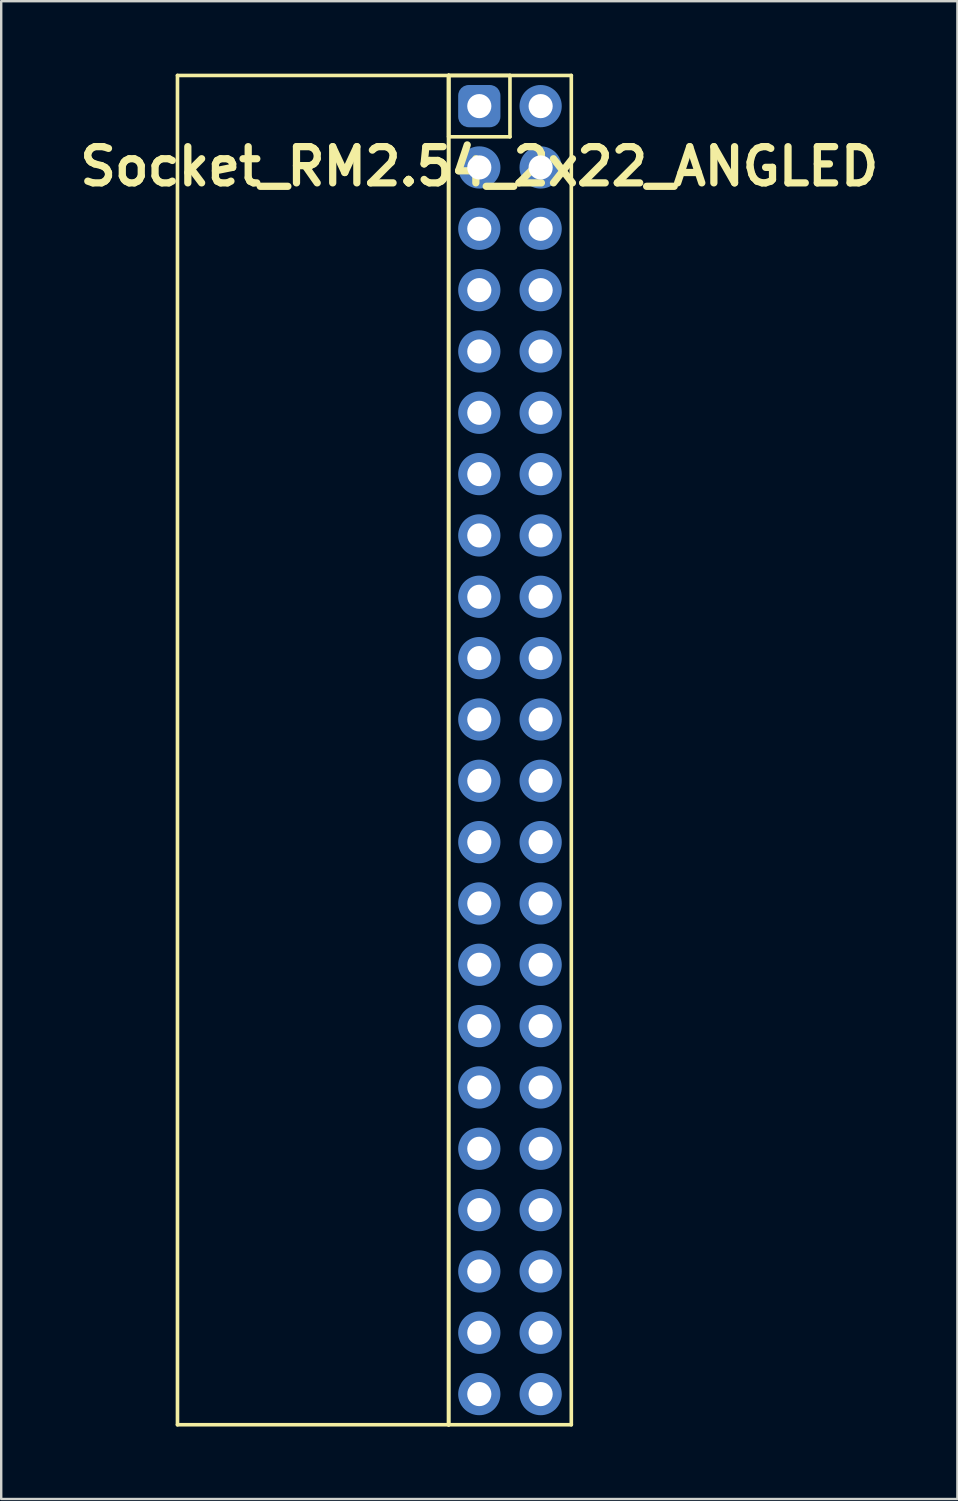
<source format=kicad_pcb>
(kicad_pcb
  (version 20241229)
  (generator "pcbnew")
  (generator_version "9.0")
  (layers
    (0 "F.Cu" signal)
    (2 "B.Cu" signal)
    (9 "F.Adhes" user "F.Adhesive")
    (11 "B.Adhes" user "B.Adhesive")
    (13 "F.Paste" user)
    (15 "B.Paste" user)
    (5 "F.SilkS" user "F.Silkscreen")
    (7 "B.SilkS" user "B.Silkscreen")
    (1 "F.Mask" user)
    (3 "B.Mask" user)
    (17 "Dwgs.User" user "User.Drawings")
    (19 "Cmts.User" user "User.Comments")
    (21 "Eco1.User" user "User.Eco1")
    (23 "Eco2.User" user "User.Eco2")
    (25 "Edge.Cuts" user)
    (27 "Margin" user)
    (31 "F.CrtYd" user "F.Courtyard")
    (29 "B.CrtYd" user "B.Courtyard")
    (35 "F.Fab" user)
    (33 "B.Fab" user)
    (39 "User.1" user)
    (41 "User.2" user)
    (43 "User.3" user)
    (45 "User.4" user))
  (footprint "Socket_RM2.54_2x22_ANGLED"
    (layer "F.Cu")
    (at 16.8 1.345)
    (property "Reference" "Socket_RM2.54_2x22_ANGLED" (at 0 2.5 0) (layer "F.SilkS") (effects (font (size 1.5 1.5) (thickness 0.3))))
    (attr through_hole)
    (fp_line (start -12.5 -1.27) (end -1.27 -1.27) (stroke (width 0.15) (type solid)) (layer "F.SilkS"))
    (fp_line (start -12.5 54.61) (end -12.5 -1.27) (stroke (width 0.15) (type solid)) (layer "F.SilkS"))
    (fp_line (start -1.27 -1.27) (end -1.27 54.61) (stroke (width 0.15) (type solid)) (layer "F.SilkS"))
    (fp_line (start -1.27 -1.27) (end 1.27 -1.27) (stroke (width 0.15) (type solid)) (layer "F.SilkS"))
    (fp_line (start -1.27 -1.27) (end 3.81 -1.27) (stroke (width 0.15) (type solid)) (layer "F.SilkS"))
    (fp_line (start -1.27 1.27) (end -1.27 -1.27) (stroke (width 0.15) (type solid)) (layer "F.SilkS"))
    (fp_line (start -1.27 54.61) (end -12.5 54.61) (stroke (width 0.15) (type solid)) (layer "F.SilkS"))
    (fp_line (start -1.27 54.61) (end -1.27 -1.27) (stroke (width 0.15) (type solid)) (layer "F.SilkS"))
    (fp_line (start 1.27 -1.27) (end 1.27 1.27) (stroke (width 0.15) (type solid)) (layer "F.SilkS"))
    (fp_line (start 1.27 1.27) (end -1.27 1.27) (stroke (width 0.15) (type solid)) (layer "F.SilkS"))
    (fp_line (start 3.81 -1.27) (end 3.81 54.61) (stroke (width 0.15) (type solid)) (layer "F.SilkS"))
    (fp_line (start 3.81 54.61) (end -1.27 54.61) (stroke (width 0.15) (type solid)) (layer "F.SilkS"))
    (pad "1" thru_hole circle (at 0 0) (size 1.3 1.3) (drill 1) (layers "*.Cu" "*.Mask"))
    (pad "1" smd roundrect (at 0 0) (size 1.5 1.5) (layers "F.Cu" "F.Mask") (roundrect_rratio 0.25))
    (pad "1" smd roundrect (at 0 0) (size 1.75 1.75) (layers "B.Cu" "B.Mask") (roundrect_rratio 0.25))
    (pad "2" thru_hole circle (at 2.54 0) (size 1.3 1.3) (drill 1) (layers "*.Cu" "*.Mask"))
    (pad "2" smd circle (at 2.54 0) (size 1.5 1.5) (layers "F.Cu" "F.Mask"))
    (pad "2" smd circle (at 2.54 0) (size 1.75 1.75) (layers "B.Cu" "B.Mask"))
    (pad "3" thru_hole circle (at 0 2.54) (size 1.3 1.3) (drill 1) (layers "*.Cu" "*.Mask"))
    (pad "3" smd circle (at 0 2.54) (size 1.5 1.5) (layers "F.Cu" "F.Mask"))
    (pad "3" smd circle (at 0 2.54) (size 1.75 1.75) (layers "B.Cu" "B.Mask"))
    (pad "4" thru_hole circle (at 2.54 2.54) (size 1.3 1.3) (drill 1) (layers "*.Cu" "*.Mask"))
    (pad "4" smd circle (at 2.54 2.54) (size 1.5 1.5) (layers "F.Cu" "F.Mask"))
    (pad "4" smd circle (at 2.54 2.54) (size 1.75 1.75) (layers "B.Cu" "B.Mask"))
    (pad "5" thru_hole circle (at 0 5.08) (size 1.3 1.3) (drill 1) (layers "*.Cu" "*.Mask"))
    (pad "5" smd circle (at 0 5.08) (size 1.5 1.5) (layers "F.Cu" "F.Mask"))
    (pad "5" smd circle (at 0 5.08) (size 1.75 1.75) (layers "B.Cu" "B.Mask"))
    (pad "6" thru_hole circle (at 2.54 5.08) (size 1.3 1.3) (drill 1) (layers "*.Cu" "*.Mask"))
    (pad "6" smd circle (at 2.54 5.08) (size 1.5 1.5) (layers "F.Cu" "F.Mask"))
    (pad "6" smd circle (at 2.54 5.08) (size 1.75 1.75) (layers "B.Cu" "B.Mask"))
    (pad "7" thru_hole circle (at 0 7.62) (size 1.3 1.3) (drill 1) (layers "*.Cu" "*.Mask"))
    (pad "7" smd circle (at 0 7.62) (size 1.5 1.5) (layers "F.Cu" "F.Mask"))
    (pad "7" smd circle (at 0 7.62) (size 1.75 1.75) (layers "B.Cu" "B.Mask"))
    (pad "8" thru_hole circle (at 2.54 7.62) (size 1.3 1.3) (drill 1) (layers "*.Cu" "*.Mask"))
    (pad "8" smd circle (at 2.54 7.62) (size 1.5 1.5) (layers "F.Cu" "F.Mask"))
    (pad "8" smd circle (at 2.54 7.62) (size 1.75 1.75) (layers "B.Cu" "B.Mask"))
    (pad "9" thru_hole circle (at 0 10.16) (size 1.3 1.3) (drill 1) (layers "*.Cu" "*.Mask"))
    (pad "9" smd circle (at 0 10.16) (size 1.5 1.5) (layers "F.Cu" "F.Mask"))
    (pad "9" smd circle (at 0 10.16) (size 1.75 1.75) (layers "B.Cu" "B.Mask"))
    (pad "10" thru_hole circle (at 2.54 10.16) (size 1.3 1.3) (drill 1) (layers "*.Cu" "*.Mask"))
    (pad "10" smd circle (at 2.54 10.16) (size 1.5 1.5) (layers "F.Cu" "F.Mask"))
    (pad "10" smd circle (at 2.54 10.16) (size 1.75 1.75) (layers "B.Cu" "B.Mask"))
    (pad "11" thru_hole circle (at 0 12.7) (size 1.3 1.3) (drill 1) (layers "*.Cu" "*.Mask"))
    (pad "11" smd circle (at 0 12.7) (size 1.5 1.5) (layers "F.Cu" "F.Mask"))
    (pad "11" smd circle (at 0 12.7) (size 1.75 1.75) (layers "B.Cu" "B.Mask"))
    (pad "12" thru_hole circle (at 2.54 12.7) (size 1.3 1.3) (drill 1) (layers "*.Cu" "*.Mask"))
    (pad "12" smd circle (at 2.54 12.7) (size 1.5 1.5) (layers "F.Cu" "F.Mask"))
    (pad "12" smd circle (at 2.54 12.7) (size 1.75 1.75) (layers "B.Cu" "B.Mask"))
    (pad "13" thru_hole circle (at 0 15.24) (size 1.3 1.3) (drill 1) (layers "*.Cu" "*.Mask"))
    (pad "13" smd circle (at 0 15.24) (size 1.5 1.5) (layers "F.Cu" "F.Mask"))
    (pad "13" smd circle (at 0 15.24) (size 1.75 1.75) (layers "B.Cu" "B.Mask"))
    (pad "14" thru_hole circle (at 2.54 15.24) (size 1.3 1.3) (drill 1) (layers "*.Cu" "*.Mask"))
    (pad "14" smd circle (at 2.54 15.24) (size 1.5 1.5) (layers "F.Cu" "F.Mask"))
    (pad "14" smd circle (at 2.54 15.24) (size 1.75 1.75) (layers "B.Cu" "B.Mask"))
    (pad "15" thru_hole circle (at 0 17.78) (size 1.3 1.3) (drill 1) (layers "*.Cu" "*.Mask"))
    (pad "15" smd circle (at 0 17.78) (size 1.5 1.5) (layers "F.Cu" "F.Mask"))
    (pad "15" smd circle (at 0 17.78) (size 1.75 1.75) (layers "B.Cu" "B.Mask"))
    (pad "16" thru_hole circle (at 2.54 17.78) (size 1.3 1.3) (drill 1) (layers "*.Cu" "*.Mask"))
    (pad "16" smd circle (at 2.54 17.78) (size 1.5 1.5) (layers "F.Cu" "F.Mask"))
    (pad "16" smd circle (at 2.54 17.78) (size 1.75 1.75) (layers "B.Cu" "B.Mask"))
    (pad "17" thru_hole circle (at 0 20.32) (size 1.3 1.3) (drill 1) (layers "*.Cu" "*.Mask"))
    (pad "17" smd circle (at 0 20.32) (size 1.5 1.5) (layers "F.Cu" "F.Mask"))
    (pad "17" smd circle (at 0 20.32) (size 1.75 1.75) (layers "B.Cu" "B.Mask"))
    (pad "18" thru_hole circle (at 2.54 20.32) (size 1.3 1.3) (drill 1) (layers "*.Cu" "*.Mask"))
    (pad "18" smd circle (at 2.54 20.32) (size 1.5 1.5) (layers "F.Cu" "F.Mask"))
    (pad "18" smd circle (at 2.54 20.32) (size 1.75 1.75) (layers "B.Cu" "B.Mask"))
    (pad "19" thru_hole circle (at 0 22.86) (size 1.3 1.3) (drill 1) (layers "*.Cu" "*.Mask"))
    (pad "19" smd circle (at 0 22.86) (size 1.5 1.5) (layers "F.Cu" "F.Mask"))
    (pad "19" smd circle (at 0 22.86) (size 1.75 1.75) (layers "B.Cu" "B.Mask"))
    (pad "20" thru_hole circle (at 2.54 22.86) (size 1.3 1.3) (drill 1) (layers "*.Cu" "*.Mask"))
    (pad "20" smd circle (at 2.54 22.86) (size 1.5 1.5) (layers "F.Cu" "F.Mask"))
    (pad "20" smd circle (at 2.54 22.86) (size 1.75 1.75) (layers "B.Cu" "B.Mask"))
    (pad "21" thru_hole circle (at 0 25.4) (size 1.3 1.3) (drill 1) (layers "*.Cu" "*.Mask"))
    (pad "21" smd circle (at 0 25.4) (size 1.5 1.5) (layers "F.Cu" "F.Mask"))
    (pad "21" smd circle (at 0 25.4) (size 1.75 1.75) (layers "B.Cu" "B.Mask"))
    (pad "22" thru_hole circle (at 2.54 25.4) (size 1.3 1.3) (drill 1) (layers "*.Cu" "*.Mask"))
    (pad "22" smd circle (at 2.54 25.4) (size 1.5 1.5) (layers "F.Cu" "F.Mask"))
    (pad "22" smd circle (at 2.54 25.4) (size 1.75 1.75) (layers "B.Cu" "B.Mask"))
    (pad "23" thru_hole circle (at 0 27.94) (size 1.3 1.3) (drill 1) (layers "*.Cu" "*.Mask"))
    (pad "23" smd circle (at 0 27.94) (size 1.5 1.5) (layers "F.Cu" "F.Mask"))
    (pad "23" smd circle (at 0 27.94) (size 1.75 1.75) (layers "B.Cu" "B.Mask"))
    (pad "24" thru_hole circle (at 2.54 27.94) (size 1.3 1.3) (drill 1) (layers "*.Cu" "*.Mask"))
    (pad "24" smd circle (at 2.54 27.94) (size 1.5 1.5) (layers "F.Cu" "F.Mask"))
    (pad "24" smd circle (at 2.54 27.94) (size 1.75 1.75) (layers "B.Cu" "B.Mask"))
    (pad "25" thru_hole circle (at 0 30.48) (size 1.3 1.3) (drill 1) (layers "*.Cu" "*.Mask"))
    (pad "25" smd circle (at 0 30.48) (size 1.5 1.5) (layers "F.Cu" "F.Mask"))
    (pad "25" smd circle (at 0 30.48) (size 1.75 1.75) (layers "B.Cu" "B.Mask"))
    (pad "26" thru_hole circle (at 2.54 30.48) (size 1.3 1.3) (drill 1) (layers "*.Cu" "*.Mask"))
    (pad "26" smd circle (at 2.54 30.48) (size 1.5 1.5) (layers "F.Cu" "F.Mask"))
    (pad "26" smd circle (at 2.54 30.48) (size 1.75 1.75) (layers "B.Cu" "B.Mask"))
    (pad "27" thru_hole circle (at 0 33.02) (size 1.3 1.3) (drill 1) (layers "*.Cu" "*.Mask"))
    (pad "27" smd circle (at 0 33.02) (size 1.5 1.5) (layers "F.Cu" "F.Mask"))
    (pad "27" smd circle (at 0 33.02) (size 1.75 1.75) (layers "B.Cu" "B.Mask"))
    (pad "28" thru_hole circle (at 2.54 33.02) (size 1.3 1.3) (drill 1) (layers "*.Cu" "*.Mask"))
    (pad "28" smd circle (at 2.54 33.02) (size 1.5 1.5) (layers "F.Cu" "F.Mask"))
    (pad "28" smd circle (at 2.54 33.02) (size 1.75 1.75) (layers "B.Cu" "B.Mask"))
    (pad "29" thru_hole circle (at 0 35.56) (size 1.3 1.3) (drill 1) (layers "*.Cu" "*.Mask"))
    (pad "29" smd circle (at 0 35.56) (size 1.5 1.5) (layers "F.Cu" "F.Mask"))
    (pad "29" smd circle (at 0 35.56) (size 1.75 1.75) (layers "B.Cu" "B.Mask"))
    (pad "30" thru_hole circle (at 2.54 35.56) (size 1.3 1.3) (drill 1) (layers "*.Cu" "*.Mask"))
    (pad "30" smd circle (at 2.54 35.56) (size 1.5 1.5) (layers "F.Cu" "F.Mask"))
    (pad "30" smd circle (at 2.54 35.56) (size 1.75 1.75) (layers "B.Cu" "B.Mask"))
    (pad "31" thru_hole circle (at 0 38.1) (size 1.3 1.3) (drill 1) (layers "*.Cu" "*.Mask"))
    (pad "31" smd circle (at 0 38.1) (size 1.5 1.5) (layers "F.Cu" "F.Mask"))
    (pad "31" smd circle (at 0 38.1) (size 1.75 1.75) (layers "B.Cu" "B.Mask"))
    (pad "32" thru_hole circle (at 2.54 38.1) (size 1.3 1.3) (drill 1) (layers "*.Cu" "*.Mask"))
    (pad "32" smd circle (at 2.54 38.1) (size 1.5 1.5) (layers "F.Cu" "F.Mask"))
    (pad "32" smd circle (at 2.54 38.1) (size 1.75 1.75) (layers "B.Cu" "B.Mask"))
    (pad "33" thru_hole circle (at 0 40.64) (size 1.3 1.3) (drill 1) (layers "*.Cu" "*.Mask"))
    (pad "33" smd circle (at 0 40.64) (size 1.5 1.5) (layers "F.Cu" "F.Mask"))
    (pad "33" smd circle (at 0 40.64) (size 1.75 1.75) (layers "B.Cu" "B.Mask"))
    (pad "34" thru_hole circle (at 2.54 40.64) (size 1.3 1.3) (drill 1) (layers "*.Cu" "*.Mask"))
    (pad "34" smd circle (at 2.54 40.64) (size 1.5 1.5) (layers "F.Cu" "F.Mask"))
    (pad "34" smd circle (at 2.54 40.64) (size 1.75 1.75) (layers "B.Cu" "B.Mask"))
    (pad "35" thru_hole circle (at 0 43.18) (size 1.3 1.3) (drill 1) (layers "*.Cu" "*.Mask"))
    (pad "35" smd circle (at 0 43.18) (size 1.5 1.5) (layers "F.Cu" "F.Mask"))
    (pad "35" smd circle (at 0 43.18) (size 1.75 1.75) (layers "B.Cu" "B.Mask"))
    (pad "36" thru_hole circle (at 2.54 43.18) (size 1.3 1.3) (drill 1) (layers "*.Cu" "*.Mask"))
    (pad "36" smd circle (at 2.54 43.18) (size 1.5 1.5) (layers "F.Cu" "F.Mask"))
    (pad "36" smd circle (at 2.54 43.18) (size 1.75 1.75) (layers "B.Cu" "B.Mask"))
    (pad "37" thru_hole circle (at 0 45.72) (size 1.3 1.3) (drill 1) (layers "*.Cu" "*.Mask"))
    (pad "37" smd circle (at 0 45.72) (size 1.5 1.5) (layers "F.Cu" "F.Mask"))
    (pad "37" smd circle (at 0 45.72) (size 1.75 1.75) (layers "B.Cu" "B.Mask"))
    (pad "38" thru_hole circle (at 2.54 45.72) (size 1.3 1.3) (drill 1) (layers "*.Cu" "*.Mask"))
    (pad "38" smd circle (at 2.54 45.72) (size 1.5 1.5) (layers "F.Cu" "F.Mask"))
    (pad "38" smd circle (at 2.54 45.72) (size 1.75 1.75) (layers "B.Cu" "B.Mask"))
    (pad "39" thru_hole circle (at 0 48.26) (size 1.3 1.3) (drill 1) (layers "*.Cu" "*.Mask"))
    (pad "39" smd circle (at 0 48.26) (size 1.5 1.5) (layers "F.Cu" "F.Mask"))
    (pad "39" smd circle (at 0 48.26) (size 1.75 1.75) (layers "B.Cu" "B.Mask"))
    (pad "40" thru_hole circle (at 2.54 48.26) (size 1.3 1.3) (drill 1) (layers "*.Cu" "*.Mask"))
    (pad "40" smd circle (at 2.54 48.26) (size 1.5 1.5) (layers "F.Cu" "F.Mask"))
    (pad "40" smd circle (at 2.54 48.26) (size 1.75 1.75) (layers "B.Cu" "B.Mask"))
    (pad "41" thru_hole circle (at 0 50.8) (size 1.3 1.3) (drill 1) (layers "*.Cu" "*.Mask"))
    (pad "41" smd circle (at 0 50.8) (size 1.5 1.5) (layers "F.Cu" "F.Mask"))
    (pad "41" smd circle (at 0 50.8) (size 1.75 1.75) (layers "B.Cu" "B.Mask"))
    (pad "42" thru_hole circle (at 2.54 50.8) (size 1.3 1.3) (drill 1) (layers "*.Cu" "*.Mask"))
    (pad "42" smd circle (at 2.54 50.8) (size 1.5 1.5) (layers "F.Cu" "F.Mask"))
    (pad "42" smd circle (at 2.54 50.8) (size 1.75 1.75) (layers "B.Cu" "B.Mask"))
    (pad "43" thru_hole circle (at 0 53.34) (size 1.3 1.3) (drill 1) (layers "*.Cu" "*.Mask"))
    (pad "43" smd circle (at 0 53.34) (size 1.5 1.5) (layers "F.Cu" "F.Mask"))
    (pad "43" smd circle (at 0 53.34) (size 1.75 1.75) (layers "B.Cu" "B.Mask"))
    (pad "44" thru_hole circle (at 2.54 53.34) (size 1.3 1.3) (drill 1) (layers "*.Cu" "*.Mask"))
    (pad "44" smd circle (at 2.54 53.34) (size 1.5 1.5) (layers "F.Cu" "F.Mask"))
    (pad "44" smd circle (at 2.54 53.34) (size 1.75 1.75) (layers "B.Cu" "B.Mask")))
  (gr_rect
    (start -3 -3)
    (end 36.6 59.03)
    (stroke (width 0.1) (type default))
    (fill no)
    (layer "Edge.Cuts")))
</source>
